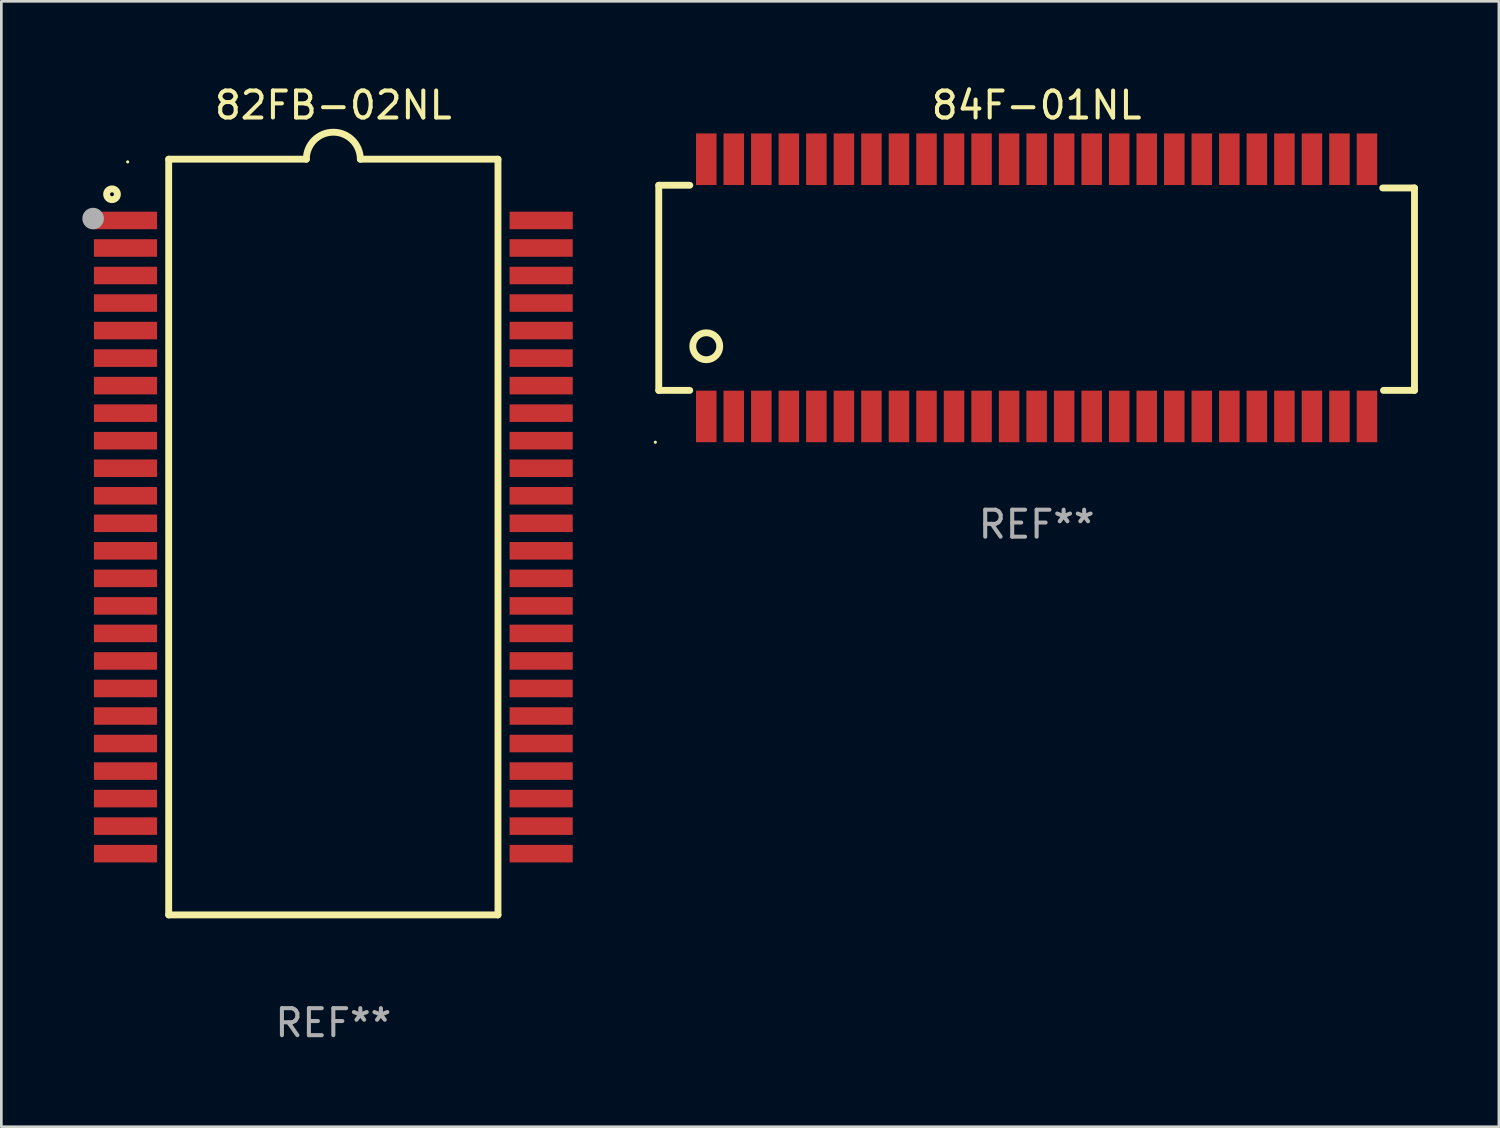
<source format=kicad_pcb>
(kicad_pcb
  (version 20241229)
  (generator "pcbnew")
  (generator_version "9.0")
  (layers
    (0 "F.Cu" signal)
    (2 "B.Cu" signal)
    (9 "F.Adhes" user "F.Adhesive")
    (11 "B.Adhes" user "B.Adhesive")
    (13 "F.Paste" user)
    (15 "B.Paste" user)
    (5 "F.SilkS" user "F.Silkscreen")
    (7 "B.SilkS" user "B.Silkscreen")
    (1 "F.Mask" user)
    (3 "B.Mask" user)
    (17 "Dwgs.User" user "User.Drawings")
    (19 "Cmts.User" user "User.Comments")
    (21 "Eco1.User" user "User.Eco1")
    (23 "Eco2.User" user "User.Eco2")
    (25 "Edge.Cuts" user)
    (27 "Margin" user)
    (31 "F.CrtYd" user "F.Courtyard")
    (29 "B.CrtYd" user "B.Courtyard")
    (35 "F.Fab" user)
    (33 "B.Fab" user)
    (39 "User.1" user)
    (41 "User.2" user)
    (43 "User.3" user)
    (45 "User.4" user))
  (footprint "84F-01NL"
    (layer "F.Cu")
    (at 35.357 7.614)
    (property "Reference" "84F-01NL" (at 0 -6.765 0) (layer "F.SilkS") (effects (font (size 1 1) (thickness 0.15))))
    (attr through_hole)
    (fp_line (start -14 -3.8) (end -12.85 -3.8) (stroke (width 0.254) (type solid)) (layer "F.SilkS"))
    (fp_line (start -14 3.8) (end -14 -3.8) (stroke (width 0.254) (type solid)) (layer "F.SilkS"))
    (fp_line (start -12.851 3.8) (end -14 3.8) (stroke (width 0.254) (type solid)) (layer "F.SilkS"))
    (fp_line (start 12.822 -3.7) (end 14 -3.7) (stroke (width 0.254) (type solid)) (layer "F.SilkS"))
    (fp_line (start 14 -3.7) (end 14 3.8) (stroke (width 0.254) (type solid)) (layer "F.SilkS"))
    (fp_line (start 14 3.8) (end 12.851 3.8) (stroke (width 0.254) (type solid)) (layer "F.SilkS"))
    (fp_circle (center -14.127 5.72) (end -14.097 5.72) (stroke (width 0.06) (type solid)) (fill no) (layer "F.SilkS"))
    (fp_circle (center -12.24 2.165) (end -11.74 2.165) (stroke (width 0.254) (type solid)) (fill no) (layer "F.SilkS"))
    (fp_text user "REF**" (at 0 8.765 0) (layer "F.Fab") (effects (font (size 1 1) (thickness 0.15))))
    (pad "1" smd rect (at -12.24 4.765) (size 0.76 1.91) (layers "F.Cu" "F.Mask" "F.Paste"))
    (pad "2" smd rect (at -11.221 4.765) (size 0.76 1.91) (layers "F.Cu" "F.Mask" "F.Paste"))
    (pad "3" smd rect (at -10.2 4.765) (size 0.76 1.91) (layers "F.Cu" "F.Mask" "F.Paste"))
    (pad "4" smd rect (at -9.18 4.765) (size 0.76 1.91) (layers "F.Cu" "F.Mask" "F.Paste"))
    (pad "5" smd rect (at -8.16 4.765) (size 0.76 1.91) (layers "F.Cu" "F.Mask" "F.Paste"))
    (pad "6" smd rect (at -7.14 4.765) (size 0.76 1.91) (layers "F.Cu" "F.Mask" "F.Paste"))
    (pad "7" smd rect (at -6.12 4.765) (size 0.76 1.91) (layers "F.Cu" "F.Mask" "F.Paste"))
    (pad "8" smd rect (at -5.1 4.765) (size 0.76 1.91) (layers "F.Cu" "F.Mask" "F.Paste"))
    (pad "9" smd rect (at -4.08 4.765) (size 0.76 1.91) (layers "F.Cu" "F.Mask" "F.Paste"))
    (pad "10" smd rect (at -3.06 4.765) (size 0.76 1.91) (layers "F.Cu" "F.Mask" "F.Paste"))
    (pad "11" smd rect (at -2.04 4.765) (size 0.76 1.91) (layers "F.Cu" "F.Mask" "F.Paste"))
    (pad "12" smd rect (at -1.02 4.765) (size 0.76 1.91) (layers "F.Cu" "F.Mask" "F.Paste"))
    (pad "13" smd rect (at 0 4.765) (size 0.76 1.91) (layers "F.Cu" "F.Mask" "F.Paste"))
    (pad "14" smd rect (at 1.02 4.765) (size 0.76 1.91) (layers "F.Cu" "F.Mask" "F.Paste"))
    (pad "15" smd rect (at 2.04 4.765) (size 0.76 1.91) (layers "F.Cu" "F.Mask" "F.Paste"))
    (pad "16" smd rect (at 3.06 4.765) (size 0.76 1.91) (layers "F.Cu" "F.Mask" "F.Paste"))
    (pad "17" smd rect (at 4.08 4.765) (size 0.76 1.91) (layers "F.Cu" "F.Mask" "F.Paste"))
    (pad "18" smd rect (at 5.1 4.765) (size 0.76 1.91) (layers "F.Cu" "F.Mask" "F.Paste"))
    (pad "19" smd rect (at 6.12 4.765) (size 0.76 1.91) (layers "F.Cu" "F.Mask" "F.Paste"))
    (pad "20" smd rect (at 7.14 4.765) (size 0.76 1.91) (layers "F.Cu" "F.Mask" "F.Paste"))
    (pad "21" smd rect (at 8.16 4.765) (size 0.76 1.91) (layers "F.Cu" "F.Mask" "F.Paste"))
    (pad "22" smd rect (at 9.18 4.765) (size 0.76 1.91) (layers "F.Cu" "F.Mask" "F.Paste"))
    (pad "23" smd rect (at 10.2 4.765) (size 0.76 1.91) (layers "F.Cu" "F.Mask" "F.Paste"))
    (pad "24" smd rect (at 11.22 4.765) (size 0.76 1.91) (layers "F.Cu" "F.Mask" "F.Paste"))
    (pad "25" smd rect (at 12.24 4.765) (size 0.76 1.91) (layers "F.Cu" "F.Mask" "F.Paste"))
    (pad "26" smd rect (at 12.239 -4.765) (size 0.76 1.91) (layers "F.Cu" "F.Mask" "F.Paste"))
    (pad "27" smd rect (at 11.22 -4.765) (size 0.76 1.91) (layers "F.Cu" "F.Mask" "F.Paste"))
    (pad "28" smd rect (at 10.2 -4.765) (size 0.76 1.91) (layers "F.Cu" "F.Mask" "F.Paste"))
    (pad "29" smd rect (at 9.18 -4.765) (size 0.76 1.91) (layers "F.Cu" "F.Mask" "F.Paste"))
    (pad "30" smd rect (at 8.16 -4.765) (size 0.76 1.91) (layers "F.Cu" "F.Mask" "F.Paste"))
    (pad "31" smd rect (at 7.14 -4.765) (size 0.76 1.91) (layers "F.Cu" "F.Mask" "F.Paste"))
    (pad "32" smd rect (at 6.12 -4.765) (size 0.76 1.91) (layers "F.Cu" "F.Mask" "F.Paste"))
    (pad "33" smd rect (at 5.101 -4.765) (size 0.76 1.91) (layers "F.Cu" "F.Mask" "F.Paste"))
    (pad "34" smd rect (at 4.08 -4.765) (size 0.76 1.91) (layers "F.Cu" "F.Mask" "F.Paste"))
    (pad "35" smd rect (at 3.06 -4.765) (size 0.76 1.91) (layers "F.Cu" "F.Mask" "F.Paste"))
    (pad "36" smd rect (at 2.04 -4.765) (size 0.76 1.91) (layers "F.Cu" "F.Mask" "F.Paste"))
    (pad "37" smd rect (at 1.02 -4.765) (size 0.76 1.91) (layers "F.Cu" "F.Mask" "F.Paste"))
    (pad "38" smd rect (at 0.001 -4.765) (size 0.76 1.91) (layers "F.Cu" "F.Mask" "F.Paste"))
    (pad "39" smd rect (at -1.02 -4.765) (size 0.76 1.91) (layers "F.Cu" "F.Mask" "F.Paste"))
    (pad "40" smd rect (at -2.04 -4.765) (size 0.76 1.91) (layers "F.Cu" "F.Mask" "F.Paste"))
    (pad "41" smd rect (at -3.06 -4.765) (size 0.76 1.91) (layers "F.Cu" "F.Mask" "F.Paste"))
    (pad "42" smd rect (at -4.08 -4.765) (size 0.76 1.91) (layers "F.Cu" "F.Mask" "F.Paste"))
    (pad "43" smd rect (at -5.1 -4.765) (size 0.76 1.91) (layers "F.Cu" "F.Mask" "F.Paste"))
    (pad "44" smd rect (at -6.12 -4.765) (size 0.76 1.91) (layers "F.Cu" "F.Mask" "F.Paste"))
    (pad "45" smd rect (at -7.14 -4.765) (size 0.76 1.91) (layers "F.Cu" "F.Mask" "F.Paste"))
    (pad "46" smd rect (at -8.16 -4.765) (size 0.76 1.91) (layers "F.Cu" "F.Mask" "F.Paste"))
    (pad "47" smd rect (at -9.18 -4.765) (size 0.76 1.91) (layers "F.Cu" "F.Mask" "F.Paste"))
    (pad "48" smd rect (at -10.2 -4.765) (size 0.76 1.91) (layers "F.Cu" "F.Mask" "F.Paste"))
    (pad "49" smd rect (at -11.22 -4.765) (size 0.76 1.91) (layers "F.Cu" "F.Mask" "F.Paste"))
    (pad "50" smd rect (at -12.239 -4.765) (size 0.76 1.91) (layers "F.Cu" "F.Mask" "F.Paste")))
  (footprint "82FB-02NL"
    (layer "F.Cu")
    (at 9.3 16.848)
    (property "Reference" "82FB-02NL" (at 0 -16 0) (layer "F.SilkS") (effects (font (size 1 1) (thickness 0.15))))
    (attr through_hole)
    (fp_line (start -6.1 -14) (end -6.1 14) (stroke (width 0.254) (type solid)) (layer "F.SilkS"))
    (fp_line (start -6.1 -14) (end -1 -14) (stroke (width 0.254) (type solid)) (layer "F.SilkS"))
    (fp_line (start -6.1 14) (end 6.1 14) (stroke (width 0.254) (type solid)) (layer "F.SilkS"))
    (fp_line (start 1 -14) (end 6.1 -14) (stroke (width 0.254) (type solid)) (layer "F.SilkS"))
    (fp_line (start 6.1 -14) (end 6.1 14) (stroke (width 0.254) (type solid)) (layer "F.SilkS"))
    (fp_arc (start -1 -13.999949) (mid 0 -14.999949) (end 1 -13.999949) (stroke (width 0.254001) (type solid)) (layer "F.SilkS"))
    (fp_circle (center -8.2 -12.7) (end -8 -12.7) (stroke (width 0.254) (type solid)) (fill no) (layer "F.SilkS"))
    (fp_circle (center -7.62 -13.9) (end -7.59 -13.9) (stroke (width 0.06) (type solid)) (fill no) (layer "F.SilkS"))
    (fp_circle (center -8.9 -11.8) (end -8.7 -11.8) (stroke (width 0.4) (type solid)) (fill no) (layer "F.Fab"))
    (fp_text user "REF**" (at 0 18 0) (layer "F.Fab") (effects (font (size 1 1) (thickness 0.15))))
    (pad "1" smd rect (at -7.7 -11.73) (size 2.34 0.65) (layers "F.Cu" "F.Mask" "F.Paste"))
    (pad "2" smd rect (at -7.7 -10.71) (size 2.34 0.65) (layers "F.Cu" "F.Mask" "F.Paste"))
    (pad "3" smd rect (at -7.7 -9.69) (size 2.34 0.65) (layers "F.Cu" "F.Mask" "F.Paste"))
    (pad "4" smd rect (at -7.7 -8.67) (size 2.34 0.65) (layers "F.Cu" "F.Mask" "F.Paste"))
    (pad "5" smd rect (at -7.7 -7.65) (size 2.34 0.65) (layers "F.Cu" "F.Mask" "F.Paste"))
    (pad "6" smd rect (at -7.7 -6.63) (size 2.34 0.65) (layers "F.Cu" "F.Mask" "F.Paste"))
    (pad "7" smd rect (at -7.7 -5.61) (size 2.34 0.65) (layers "F.Cu" "F.Mask" "F.Paste"))
    (pad "8" smd rect (at -7.7 -4.59) (size 2.34 0.65) (layers "F.Cu" "F.Mask" "F.Paste"))
    (pad "9" smd rect (at -7.7 -3.57) (size 2.34 0.65) (layers "F.Cu" "F.Mask" "F.Paste"))
    (pad "10" smd rect (at -7.7 -2.55) (size 2.34 0.65) (layers "F.Cu" "F.Mask" "F.Paste"))
    (pad "11" smd rect (at -7.7 -1.53) (size 2.34 0.65) (layers "F.Cu" "F.Mask" "F.Paste"))
    (pad "12" smd rect (at -7.7 -0.51) (size 2.34 0.65) (layers "F.Cu" "F.Mask" "F.Paste"))
    (pad "13" smd rect (at -7.7 0.51) (size 2.34 0.65) (layers "F.Cu" "F.Mask" "F.Paste"))
    (pad "14" smd rect (at -7.7 1.53) (size 2.34 0.65) (layers "F.Cu" "F.Mask" "F.Paste"))
    (pad "15" smd rect (at -7.7 2.55) (size 2.34 0.65) (layers "F.Cu" "F.Mask" "F.Paste"))
    (pad "16" smd rect (at -7.7 3.57) (size 2.34 0.65) (layers "F.Cu" "F.Mask" "F.Paste"))
    (pad "17" smd rect (at -7.7 4.59) (size 2.34 0.65) (layers "F.Cu" "F.Mask" "F.Paste"))
    (pad "18" smd rect (at -7.7 5.61) (size 2.34 0.65) (layers "F.Cu" "F.Mask" "F.Paste"))
    (pad "19" smd rect (at -7.7 6.63) (size 2.34 0.65) (layers "F.Cu" "F.Mask" "F.Paste"))
    (pad "20" smd rect (at -7.7 7.65) (size 2.34 0.65) (layers "F.Cu" "F.Mask" "F.Paste"))
    (pad "21" smd rect (at -7.7 8.67) (size 2.34 0.65) (layers "F.Cu" "F.Mask" "F.Paste"))
    (pad "22" smd rect (at -7.7 9.69) (size 2.34 0.65) (layers "F.Cu" "F.Mask" "F.Paste"))
    (pad "23" smd rect (at -7.7 10.71) (size 2.34 0.65) (layers "F.Cu" "F.Mask" "F.Paste"))
    (pad "24" smd rect (at -7.7 11.73) (size 2.34 0.65) (layers "F.Cu" "F.Mask" "F.Paste"))
    (pad "25" smd rect (at 7.7 11.73) (size 2.34 0.65) (layers "F.Cu" "F.Mask" "F.Paste"))
    (pad "26" smd rect (at 7.7 10.71) (size 2.34 0.65) (layers "F.Cu" "F.Mask" "F.Paste"))
    (pad "27" smd rect (at 7.7 9.69) (size 2.34 0.65) (layers "F.Cu" "F.Mask" "F.Paste"))
    (pad "28" smd rect (at 7.7 8.67) (size 2.34 0.65) (layers "F.Cu" "F.Mask" "F.Paste"))
    (pad "29" smd rect (at 7.7 7.65) (size 2.34 0.65) (layers "F.Cu" "F.Mask" "F.Paste"))
    (pad "30" smd rect (at 7.7 6.63) (size 2.34 0.65) (layers "F.Cu" "F.Mask" "F.Paste"))
    (pad "31" smd rect (at 7.7 5.61) (size 2.34 0.65) (layers "F.Cu" "F.Mask" "F.Paste"))
    (pad "32" smd rect (at 7.7 4.59) (size 2.34 0.65) (layers "F.Cu" "F.Mask" "F.Paste"))
    (pad "33" smd rect (at 7.7 3.57) (size 2.34 0.65) (layers "F.Cu" "F.Mask" "F.Paste"))
    (pad "34" smd rect (at 7.7 2.55) (size 2.34 0.65) (layers "F.Cu" "F.Mask" "F.Paste"))
    (pad "35" smd rect (at 7.7 1.53) (size 2.34 0.65) (layers "F.Cu" "F.Mask" "F.Paste"))
    (pad "36" smd rect (at 7.7 0.51) (size 2.34 0.65) (layers "F.Cu" "F.Mask" "F.Paste"))
    (pad "37" smd rect (at 7.7 -0.51) (size 2.34 0.65) (layers "F.Cu" "F.Mask" "F.Paste"))
    (pad "38" smd rect (at 7.7 -1.53) (size 2.34 0.65) (layers "F.Cu" "F.Mask" "F.Paste"))
    (pad "39" smd rect (at 7.7 -2.55) (size 2.34 0.65) (layers "F.Cu" "F.Mask" "F.Paste"))
    (pad "40" smd rect (at 7.7 -3.57) (size 2.34 0.65) (layers "F.Cu" "F.Mask" "F.Paste"))
    (pad "41" smd rect (at 7.7 -4.59) (size 2.34 0.65) (layers "F.Cu" "F.Mask" "F.Paste"))
    (pad "42" smd rect (at 7.7 -5.61) (size 2.34 0.65) (layers "F.Cu" "F.Mask" "F.Paste"))
    (pad "43" smd rect (at 7.7 -6.63) (size 2.34 0.65) (layers "F.Cu" "F.Mask" "F.Paste"))
    (pad "44" smd rect (at 7.7 -7.65) (size 2.34 0.65) (layers "F.Cu" "F.Mask" "F.Paste"))
    (pad "45" smd rect (at 7.7 -8.67) (size 2.34 0.65) (layers "F.Cu" "F.Mask" "F.Paste"))
    (pad "46" smd rect (at 7.7 -9.69) (size 2.34 0.65) (layers "F.Cu" "F.Mask" "F.Paste"))
    (pad "47" smd rect (at 7.7 -10.71) (size 2.34 0.65) (layers "F.Cu" "F.Mask" "F.Paste"))
    (pad "48" smd rect (at 7.7 -11.73) (size 2.34 0.65) (layers "F.Cu" "F.Mask" "F.Paste")))
  (gr_rect
    (start -3 -3)
    (end 52.484 38.697)
    (stroke (width 0.1) (type default))
    (fill no)
    (layer "Edge.Cuts")))
</source>
